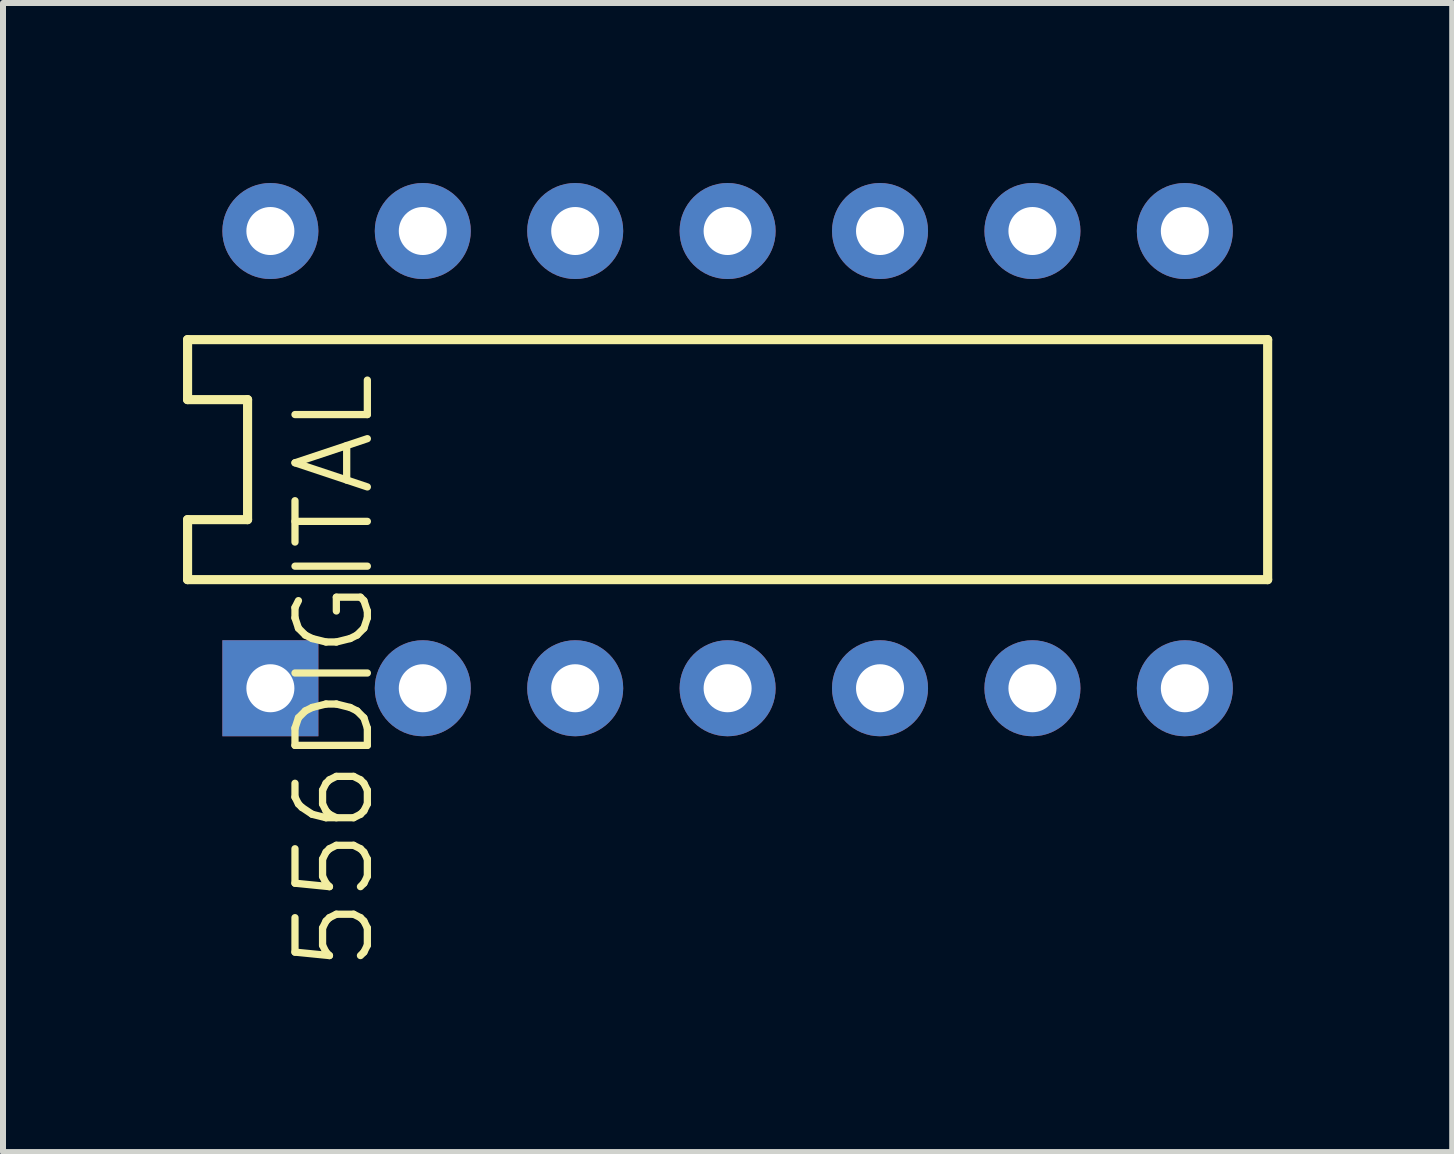
<source format=kicad_pcb>
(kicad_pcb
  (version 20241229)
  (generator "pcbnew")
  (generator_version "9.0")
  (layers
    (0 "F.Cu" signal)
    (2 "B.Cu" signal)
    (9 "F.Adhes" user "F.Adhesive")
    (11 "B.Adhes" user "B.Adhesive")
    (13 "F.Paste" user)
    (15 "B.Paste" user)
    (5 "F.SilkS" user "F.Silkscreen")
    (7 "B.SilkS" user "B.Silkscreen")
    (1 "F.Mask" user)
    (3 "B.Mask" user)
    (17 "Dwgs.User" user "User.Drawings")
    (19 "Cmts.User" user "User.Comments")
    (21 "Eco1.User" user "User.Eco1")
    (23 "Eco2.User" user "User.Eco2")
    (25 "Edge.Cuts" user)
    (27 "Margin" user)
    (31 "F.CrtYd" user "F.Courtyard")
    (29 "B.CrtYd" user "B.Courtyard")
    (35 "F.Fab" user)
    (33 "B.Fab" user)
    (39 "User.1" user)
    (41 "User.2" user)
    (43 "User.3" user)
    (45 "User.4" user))
  (footprint "556DIGITAL"
    (layer "F.Cu")
    (at 1.456 8.42)
    (property "Reference" "556DIGITAL" (at 0.359 -5.33 90) (layer "F.SilkS") (effects (font (size 1.206 1.206) (thickness 0.121)) (justify right top)))
    (attr through_hole)
    (fp_line (start -1.38 -5.81) (end -1.38 -4.81) (stroke (width 0.152) (type solid)) (layer "F.SilkS"))
    (fp_line (start -1.38 -4.81) (end -0.38 -4.81) (stroke (width 0.152) (type solid)) (layer "F.SilkS"))
    (fp_line (start -1.38 -2.81) (end -0.38 -2.81) (stroke (width 0.152) (type solid)) (layer "F.SilkS"))
    (fp_line (start -1.38 -1.81) (end -1.38 -2.81) (stroke (width 0.152) (type solid)) (layer "F.SilkS"))
    (fp_line (start -1.38 -1.81) (end 16.62 -1.81) (stroke (width 0.152) (type solid)) (layer "F.SilkS"))
    (fp_line (start -0.38 -2.81) (end -0.38 -4.81) (stroke (width 0.152) (type solid)) (layer "F.SilkS"))
    (fp_line (start 16.62 -5.81) (end -1.38 -5.81) (stroke (width 0.152) (type solid)) (layer "F.SilkS"))
    (fp_line (start 16.62 -5.81) (end 16.62 -1.81) (stroke (width 0.152) (type solid)) (layer "F.SilkS"))
    (pad "1" thru_hole rect (at 0 0 90) (size 1.6 1.6) (drill 0.8) (layers "*.Cu" "*.Mask"))
    (pad "2" thru_hole circle (at 2.54 0 90) (size 1.6 1.6) (drill 0.8) (layers "*.Cu" "*.Mask"))
    (pad "3" thru_hole circle (at 5.08 0 90) (size 1.6 1.6) (drill 0.8) (layers "*.Cu" "*.Mask"))
    (pad "4" thru_hole circle (at 7.62 0 90) (size 1.6 1.6) (drill 0.8) (layers "*.Cu" "*.Mask"))
    (pad "5" thru_hole circle (at 10.16 0 90) (size 1.6 1.6) (drill 0.8) (layers "*.Cu" "*.Mask"))
    (pad "6" thru_hole circle (at 12.7 0 90) (size 1.6 1.6) (drill 0.8) (layers "*.Cu" "*.Mask"))
    (pad "7" thru_hole circle (at 15.24 0 90) (size 1.6 1.6) (drill 0.8) (layers "*.Cu" "*.Mask"))
    (pad "8" thru_hole circle (at 15.24 -7.62 90) (size 1.6 1.6) (drill 0.8) (layers "*.Cu" "*.Mask"))
    (pad "9" thru_hole circle (at 12.7 -7.62 90) (size 1.6 1.6) (drill 0.8) (layers "*.Cu" "*.Mask"))
    (pad "10" thru_hole circle (at 10.16 -7.62 90) (size 1.6 1.6) (drill 0.8) (layers "*.Cu" "*.Mask"))
    (pad "11" thru_hole circle (at 7.62 -7.62 90) (size 1.6 1.6) (drill 0.8) (layers "*.Cu" "*.Mask"))
    (pad "12" thru_hole circle (at 5.08 -7.62 90) (size 1.6 1.6) (drill 0.8) (layers "*.Cu" "*.Mask"))
    (pad "13" thru_hole circle (at 2.54 -7.62 90) (size 1.6 1.6) (drill 0.8) (layers "*.Cu" "*.Mask"))
    (pad "14" thru_hole circle (at 0 -7.62 90) (size 1.6 1.6) (drill 0.8) (layers "*.Cu" "*.Mask")))
  (gr_rect
    (start -3 -3)
    (end 21.152 16.15)
    (stroke (width 0.1) (type default))
    (fill no)
    (layer "Edge.Cuts")))
</source>
